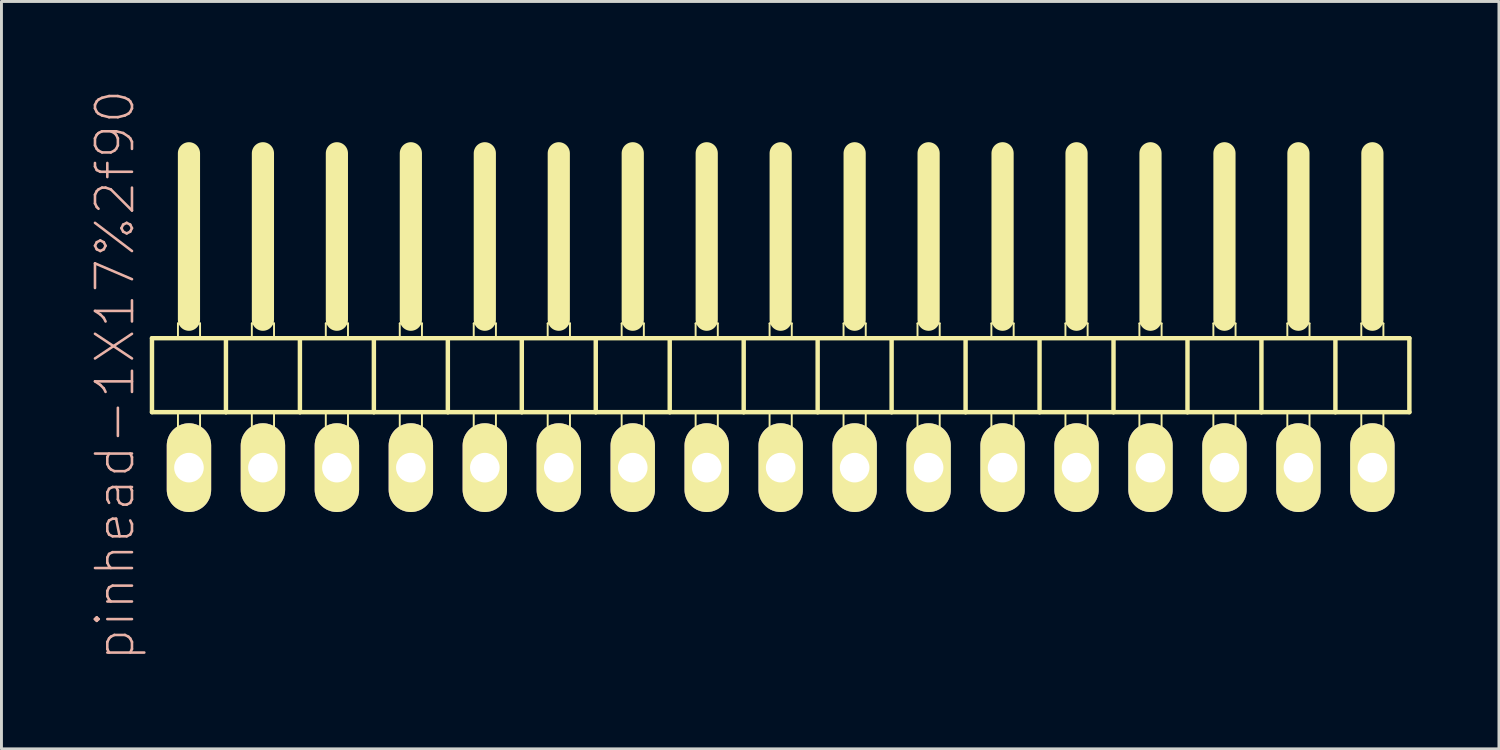
<source format=kicad_pcb>
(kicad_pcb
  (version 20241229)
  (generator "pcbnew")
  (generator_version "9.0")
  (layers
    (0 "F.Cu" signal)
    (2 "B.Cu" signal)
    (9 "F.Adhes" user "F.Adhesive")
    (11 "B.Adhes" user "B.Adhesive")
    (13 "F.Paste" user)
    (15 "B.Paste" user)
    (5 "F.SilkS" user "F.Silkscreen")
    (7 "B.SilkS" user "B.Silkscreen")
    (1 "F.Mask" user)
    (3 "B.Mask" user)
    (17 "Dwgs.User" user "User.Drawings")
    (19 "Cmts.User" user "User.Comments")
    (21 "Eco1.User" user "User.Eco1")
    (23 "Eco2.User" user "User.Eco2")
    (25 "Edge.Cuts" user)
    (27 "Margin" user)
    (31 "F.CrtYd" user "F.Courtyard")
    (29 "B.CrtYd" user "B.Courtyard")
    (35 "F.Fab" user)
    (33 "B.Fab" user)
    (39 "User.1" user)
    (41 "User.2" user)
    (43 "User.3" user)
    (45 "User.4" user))
  (footprint "pinhead-1X17%2f90"
    (layer "F.Cu")
    (at 23.759 9.199)
    (property "Reference" "pinhead-1X17%2f90" (at -22.86 0.635 90) (layer "B.SilkS") (effects (font (size 1.27 1.27) (thickness 0.089))))
    (attr exclude_from_pos_files exclude_from_bom)
    (fp_line (start -21.59 -0.635) (end -21.59 1.905) (stroke (width 0.152) (type solid)) (layer "F.SilkS"))
    (fp_line (start -21.59 1.905) (end -19.05 1.905) (stroke (width 0.152) (type solid)) (layer "F.SilkS"))
    (fp_line (start -20.698 -1.143) (end -19.939 -1.143) (stroke (width 0.066) (type solid)) (layer "F.SilkS"))
    (fp_line (start -20.698 -0.635) (end -20.698 -1.143) (stroke (width 0.066) (type solid)) (layer "F.SilkS"))
    (fp_line (start -20.698 -0.635) (end -19.939 -0.635) (stroke (width 0.066) (type solid)) (layer "F.SilkS"))
    (fp_line (start -20.698 1.905) (end -19.939 1.905) (stroke (width 0.066) (type solid)) (layer "F.SilkS"))
    (fp_line (start -20.698 2.921) (end -20.698 1.905) (stroke (width 0.066) (type solid)) (layer "F.SilkS"))
    (fp_line (start -20.698 2.921) (end -19.939 2.921) (stroke (width 0.066) (type solid)) (layer "F.SilkS"))
    (fp_line (start -20.32 -6.985) (end -20.32 -1.27) (stroke (width 0.762) (type solid)) (layer "F.SilkS"))
    (fp_line (start -19.939 -0.635) (end -19.939 -1.143) (stroke (width 0.066) (type solid)) (layer "F.SilkS"))
    (fp_line (start -19.939 2.921) (end -19.939 1.905) (stroke (width 0.066) (type solid)) (layer "F.SilkS"))
    (fp_line (start -19.05 -0.635) (end -21.59 -0.635) (stroke (width 0.152) (type solid)) (layer "F.SilkS"))
    (fp_line (start -19.05 1.905) (end -19.05 -0.635) (stroke (width 0.152) (type solid)) (layer "F.SilkS"))
    (fp_line (start -19.05 1.905) (end -16.51 1.905) (stroke (width 0.152) (type solid)) (layer "F.SilkS"))
    (fp_line (start -18.161 -1.143) (end -17.399 -1.143) (stroke (width 0.066) (type solid)) (layer "F.SilkS"))
    (fp_line (start -18.161 -0.635) (end -18.161 -1.143) (stroke (width 0.066) (type solid)) (layer "F.SilkS"))
    (fp_line (start -18.161 -0.635) (end -17.399 -0.635) (stroke (width 0.066) (type solid)) (layer "F.SilkS"))
    (fp_line (start -18.161 1.905) (end -17.399 1.905) (stroke (width 0.066) (type solid)) (layer "F.SilkS"))
    (fp_line (start -18.161 2.921) (end -18.161 1.905) (stroke (width 0.066) (type solid)) (layer "F.SilkS"))
    (fp_line (start -18.161 2.921) (end -17.399 2.921) (stroke (width 0.066) (type solid)) (layer "F.SilkS"))
    (fp_line (start -17.78 -6.985) (end -17.78 -1.27) (stroke (width 0.762) (type solid)) (layer "F.SilkS"))
    (fp_line (start -17.399 -0.635) (end -17.399 -1.143) (stroke (width 0.066) (type solid)) (layer "F.SilkS"))
    (fp_line (start -17.399 2.921) (end -17.399 1.905) (stroke (width 0.066) (type solid)) (layer "F.SilkS"))
    (fp_line (start -16.51 -0.635) (end -19.05 -0.635) (stroke (width 0.152) (type solid)) (layer "F.SilkS"))
    (fp_line (start -16.51 1.905) (end -16.51 -0.635) (stroke (width 0.152) (type solid)) (layer "F.SilkS"))
    (fp_line (start -16.51 1.905) (end -13.97 1.905) (stroke (width 0.152) (type solid)) (layer "F.SilkS"))
    (fp_line (start -15.621 -1.143) (end -14.859 -1.143) (stroke (width 0.066) (type solid)) (layer "F.SilkS"))
    (fp_line (start -15.621 -0.635) (end -15.621 -1.143) (stroke (width 0.066) (type solid)) (layer "F.SilkS"))
    (fp_line (start -15.621 -0.635) (end -14.859 -0.635) (stroke (width 0.066) (type solid)) (layer "F.SilkS"))
    (fp_line (start -15.621 1.905) (end -14.859 1.905) (stroke (width 0.066) (type solid)) (layer "F.SilkS"))
    (fp_line (start -15.621 2.921) (end -15.621 1.905) (stroke (width 0.066) (type solid)) (layer "F.SilkS"))
    (fp_line (start -15.621 2.921) (end -14.859 2.921) (stroke (width 0.066) (type solid)) (layer "F.SilkS"))
    (fp_line (start -15.24 -6.985) (end -15.24 -1.27) (stroke (width 0.762) (type solid)) (layer "F.SilkS"))
    (fp_line (start -14.859 -0.635) (end -14.859 -1.143) (stroke (width 0.066) (type solid)) (layer "F.SilkS"))
    (fp_line (start -14.859 2.921) (end -14.859 1.905) (stroke (width 0.066) (type solid)) (layer "F.SilkS"))
    (fp_line (start -13.97 -0.635) (end -16.51 -0.635) (stroke (width 0.152) (type solid)) (layer "F.SilkS"))
    (fp_line (start -13.97 1.905) (end -13.97 -0.635) (stroke (width 0.152) (type solid)) (layer "F.SilkS"))
    (fp_line (start -13.97 1.905) (end -11.43 1.905) (stroke (width 0.152) (type solid)) (layer "F.SilkS"))
    (fp_line (start -13.081 -1.143) (end -12.319 -1.143) (stroke (width 0.066) (type solid)) (layer "F.SilkS"))
    (fp_line (start -13.081 -0.635) (end -13.081 -1.143) (stroke (width 0.066) (type solid)) (layer "F.SilkS"))
    (fp_line (start -13.081 -0.635) (end -12.319 -0.635) (stroke (width 0.066) (type solid)) (layer "F.SilkS"))
    (fp_line (start -13.081 1.905) (end -12.319 1.905) (stroke (width 0.066) (type solid)) (layer "F.SilkS"))
    (fp_line (start -13.081 2.921) (end -13.081 1.905) (stroke (width 0.066) (type solid)) (layer "F.SilkS"))
    (fp_line (start -13.081 2.921) (end -12.319 2.921) (stroke (width 0.066) (type solid)) (layer "F.SilkS"))
    (fp_line (start -12.7 -6.985) (end -12.7 -1.27) (stroke (width 0.762) (type solid)) (layer "F.SilkS"))
    (fp_line (start -12.319 -0.635) (end -12.319 -1.143) (stroke (width 0.066) (type solid)) (layer "F.SilkS"))
    (fp_line (start -12.319 2.921) (end -12.319 1.905) (stroke (width 0.066) (type solid)) (layer "F.SilkS"))
    (fp_line (start -11.43 -0.635) (end -13.97 -0.635) (stroke (width 0.152) (type solid)) (layer "F.SilkS"))
    (fp_line (start -11.43 1.905) (end -11.43 -0.635) (stroke (width 0.152) (type solid)) (layer "F.SilkS"))
    (fp_line (start -11.43 1.905) (end -8.89 1.905) (stroke (width 0.152) (type solid)) (layer "F.SilkS"))
    (fp_line (start -10.541 -1.143) (end -9.779 -1.143) (stroke (width 0.066) (type solid)) (layer "F.SilkS"))
    (fp_line (start -10.541 -0.635) (end -10.541 -1.143) (stroke (width 0.066) (type solid)) (layer "F.SilkS"))
    (fp_line (start -10.541 -0.635) (end -9.779 -0.635) (stroke (width 0.066) (type solid)) (layer "F.SilkS"))
    (fp_line (start -10.541 1.905) (end -9.779 1.905) (stroke (width 0.066) (type solid)) (layer "F.SilkS"))
    (fp_line (start -10.541 2.921) (end -10.541 1.905) (stroke (width 0.066) (type solid)) (layer "F.SilkS"))
    (fp_line (start -10.541 2.921) (end -9.779 2.921) (stroke (width 0.066) (type solid)) (layer "F.SilkS"))
    (fp_line (start -10.16 -6.985) (end -10.16 -1.27) (stroke (width 0.762) (type solid)) (layer "F.SilkS"))
    (fp_line (start -9.779 -0.635) (end -9.779 -1.143) (stroke (width 0.066) (type solid)) (layer "F.SilkS"))
    (fp_line (start -9.779 2.921) (end -9.779 1.905) (stroke (width 0.066) (type solid)) (layer "F.SilkS"))
    (fp_line (start -8.89 -0.635) (end -11.43 -0.635) (stroke (width 0.152) (type solid)) (layer "F.SilkS"))
    (fp_line (start -8.89 1.905) (end -8.89 -0.635) (stroke (width 0.152) (type solid)) (layer "F.SilkS"))
    (fp_line (start -8.89 1.905) (end -6.35 1.905) (stroke (width 0.152) (type solid)) (layer "F.SilkS"))
    (fp_line (start -8.001 -1.143) (end -7.236 -1.143) (stroke (width 0.066) (type solid)) (layer "F.SilkS"))
    (fp_line (start -8.001 -0.635) (end -8.001 -1.143) (stroke (width 0.066) (type solid)) (layer "F.SilkS"))
    (fp_line (start -8.001 -0.635) (end -7.236 -0.635) (stroke (width 0.066) (type solid)) (layer "F.SilkS"))
    (fp_line (start -8.001 1.905) (end -7.236 1.905) (stroke (width 0.066) (type solid)) (layer "F.SilkS"))
    (fp_line (start -8.001 2.921) (end -8.001 1.905) (stroke (width 0.066) (type solid)) (layer "F.SilkS"))
    (fp_line (start -8.001 2.921) (end -7.236 2.921) (stroke (width 0.066) (type solid)) (layer "F.SilkS"))
    (fp_line (start -7.62 -6.985) (end -7.62 -1.27) (stroke (width 0.762) (type solid)) (layer "F.SilkS"))
    (fp_line (start -7.236 -0.635) (end -7.236 -1.143) (stroke (width 0.066) (type solid)) (layer "F.SilkS"))
    (fp_line (start -7.236 2.921) (end -7.236 1.905) (stroke (width 0.066) (type solid)) (layer "F.SilkS"))
    (fp_line (start -6.35 -0.635) (end -8.89 -0.635) (stroke (width 0.152) (type solid)) (layer "F.SilkS"))
    (fp_line (start -6.35 1.905) (end -6.35 -0.635) (stroke (width 0.152) (type solid)) (layer "F.SilkS"))
    (fp_line (start -6.35 1.905) (end -3.81 1.905) (stroke (width 0.152) (type solid)) (layer "F.SilkS"))
    (fp_line (start -5.461 -1.143) (end -4.699 -1.143) (stroke (width 0.066) (type solid)) (layer "F.SilkS"))
    (fp_line (start -5.461 -0.635) (end -5.461 -1.143) (stroke (width 0.066) (type solid)) (layer "F.SilkS"))
    (fp_line (start -5.461 -0.635) (end -4.699 -0.635) (stroke (width 0.066) (type solid)) (layer "F.SilkS"))
    (fp_line (start -5.461 1.905) (end -4.699 1.905) (stroke (width 0.066) (type solid)) (layer "F.SilkS"))
    (fp_line (start -5.461 2.921) (end -5.461 1.905) (stroke (width 0.066) (type solid)) (layer "F.SilkS"))
    (fp_line (start -5.461 2.921) (end -4.699 2.921) (stroke (width 0.066) (type solid)) (layer "F.SilkS"))
    (fp_line (start -5.08 -6.985) (end -5.08 -1.27) (stroke (width 0.762) (type solid)) (layer "F.SilkS"))
    (fp_line (start -4.699 -0.635) (end -4.699 -1.143) (stroke (width 0.066) (type solid)) (layer "F.SilkS"))
    (fp_line (start -4.699 2.921) (end -4.699 1.905) (stroke (width 0.066) (type solid)) (layer "F.SilkS"))
    (fp_line (start -3.81 -0.635) (end -6.35 -0.635) (stroke (width 0.152) (type solid)) (layer "F.SilkS"))
    (fp_line (start -3.81 1.905) (end -3.81 -0.635) (stroke (width 0.152) (type solid)) (layer "F.SilkS"))
    (fp_line (start -3.81 1.905) (end -1.27 1.905) (stroke (width 0.152) (type solid)) (layer "F.SilkS"))
    (fp_line (start -2.921 -1.143) (end -2.159 -1.143) (stroke (width 0.066) (type solid)) (layer "F.SilkS"))
    (fp_line (start -2.921 -0.635) (end -2.921 -1.143) (stroke (width 0.066) (type solid)) (layer "F.SilkS"))
    (fp_line (start -2.921 -0.635) (end -2.159 -0.635) (stroke (width 0.066) (type solid)) (layer "F.SilkS"))
    (fp_line (start -2.921 1.905) (end -2.159 1.905) (stroke (width 0.066) (type solid)) (layer "F.SilkS"))
    (fp_line (start -2.921 2.921) (end -2.921 1.905) (stroke (width 0.066) (type solid)) (layer "F.SilkS"))
    (fp_line (start -2.921 2.921) (end -2.159 2.921) (stroke (width 0.066) (type solid)) (layer "F.SilkS"))
    (fp_line (start -2.54 -6.985) (end -2.54 -1.27) (stroke (width 0.762) (type solid)) (layer "F.SilkS"))
    (fp_line (start -2.159 -0.635) (end -2.159 -1.143) (stroke (width 0.066) (type solid)) (layer "F.SilkS"))
    (fp_line (start -2.159 2.921) (end -2.159 1.905) (stroke (width 0.066) (type solid)) (layer "F.SilkS"))
    (fp_line (start -1.27 -0.635) (end -3.81 -0.635) (stroke (width 0.152) (type solid)) (layer "F.SilkS"))
    (fp_line (start -1.27 1.905) (end -1.27 -0.635) (stroke (width 0.152) (type solid)) (layer "F.SilkS"))
    (fp_line (start -1.27 1.905) (end 1.27 1.905) (stroke (width 0.152) (type solid)) (layer "F.SilkS"))
    (fp_line (start -0.381 -1.143) (end 0.381 -1.143) (stroke (width 0.066) (type solid)) (layer "F.SilkS"))
    (fp_line (start -0.381 -0.635) (end -0.381 -1.143) (stroke (width 0.066) (type solid)) (layer "F.SilkS"))
    (fp_line (start -0.381 -0.635) (end 0.381 -0.635) (stroke (width 0.066) (type solid)) (layer "F.SilkS"))
    (fp_line (start -0.381 1.905) (end 0.381 1.905) (stroke (width 0.066) (type solid)) (layer "F.SilkS"))
    (fp_line (start -0.381 2.921) (end -0.381 1.905) (stroke (width 0.066) (type solid)) (layer "F.SilkS"))
    (fp_line (start -0.381 2.921) (end 0.381 2.921) (stroke (width 0.066) (type solid)) (layer "F.SilkS"))
    (fp_line (start 0 -6.985) (end 0 -1.27) (stroke (width 0.762) (type solid)) (layer "F.SilkS"))
    (fp_line (start 0.381 -0.635) (end 0.381 -1.143) (stroke (width 0.066) (type solid)) (layer "F.SilkS"))
    (fp_line (start 0.381 2.921) (end 0.381 1.905) (stroke (width 0.066) (type solid)) (layer "F.SilkS"))
    (fp_line (start 1.27 -0.635) (end -1.27 -0.635) (stroke (width 0.152) (type solid)) (layer "F.SilkS"))
    (fp_line (start 1.27 1.905) (end 1.27 -0.635) (stroke (width 0.152) (type solid)) (layer "F.SilkS"))
    (fp_line (start 1.27 1.905) (end 3.81 1.905) (stroke (width 0.152) (type solid)) (layer "F.SilkS"))
    (fp_line (start 2.159 -1.143) (end 2.921 -1.143) (stroke (width 0.066) (type solid)) (layer "F.SilkS"))
    (fp_line (start 2.159 -0.635) (end 2.159 -1.143) (stroke (width 0.066) (type solid)) (layer "F.SilkS"))
    (fp_line (start 2.159 -0.635) (end 2.921 -0.635) (stroke (width 0.066) (type solid)) (layer "F.SilkS"))
    (fp_line (start 2.159 1.905) (end 2.921 1.905) (stroke (width 0.066) (type solid)) (layer "F.SilkS"))
    (fp_line (start 2.159 2.921) (end 2.159 1.905) (stroke (width 0.066) (type solid)) (layer "F.SilkS"))
    (fp_line (start 2.159 2.921) (end 2.921 2.921) (stroke (width 0.066) (type solid)) (layer "F.SilkS"))
    (fp_line (start 2.54 -6.985) (end 2.54 -1.27) (stroke (width 0.762) (type solid)) (layer "F.SilkS"))
    (fp_line (start 2.921 -0.635) (end 2.921 -1.143) (stroke (width 0.066) (type solid)) (layer "F.SilkS"))
    (fp_line (start 2.921 2.921) (end 2.921 1.905) (stroke (width 0.066) (type solid)) (layer "F.SilkS"))
    (fp_line (start 3.81 -0.635) (end 1.27 -0.635) (stroke (width 0.152) (type solid)) (layer "F.SilkS"))
    (fp_line (start 3.81 1.905) (end 3.81 -0.635) (stroke (width 0.152) (type solid)) (layer "F.SilkS"))
    (fp_line (start 3.81 1.905) (end 6.35 1.905) (stroke (width 0.152) (type solid)) (layer "F.SilkS"))
    (fp_line (start 4.699 -1.143) (end 5.461 -1.143) (stroke (width 0.066) (type solid)) (layer "F.SilkS"))
    (fp_line (start 4.699 -0.635) (end 4.699 -1.143) (stroke (width 0.066) (type solid)) (layer "F.SilkS"))
    (fp_line (start 4.699 -0.635) (end 5.461 -0.635) (stroke (width 0.066) (type solid)) (layer "F.SilkS"))
    (fp_line (start 4.699 1.905) (end 5.461 1.905) (stroke (width 0.066) (type solid)) (layer "F.SilkS"))
    (fp_line (start 4.699 2.921) (end 4.699 1.905) (stroke (width 0.066) (type solid)) (layer "F.SilkS"))
    (fp_line (start 4.699 2.921) (end 5.461 2.921) (stroke (width 0.066) (type solid)) (layer "F.SilkS"))
    (fp_line (start 5.08 -6.985) (end 5.08 -1.27) (stroke (width 0.762) (type solid)) (layer "F.SilkS"))
    (fp_line (start 5.461 -0.635) (end 5.461 -1.143) (stroke (width 0.066) (type solid)) (layer "F.SilkS"))
    (fp_line (start 5.461 2.921) (end 5.461 1.905) (stroke (width 0.066) (type solid)) (layer "F.SilkS"))
    (fp_line (start 6.35 -0.635) (end 3.81 -0.635) (stroke (width 0.152) (type solid)) (layer "F.SilkS"))
    (fp_line (start 6.35 1.905) (end 6.35 -0.635) (stroke (width 0.152) (type solid)) (layer "F.SilkS"))
    (fp_line (start 6.35 1.905) (end 8.89 1.905) (stroke (width 0.152) (type solid)) (layer "F.SilkS"))
    (fp_line (start 7.236 -1.143) (end 8.001 -1.143) (stroke (width 0.066) (type solid)) (layer "F.SilkS"))
    (fp_line (start 7.236 -0.635) (end 7.236 -1.143) (stroke (width 0.066) (type solid)) (layer "F.SilkS"))
    (fp_line (start 7.236 -0.635) (end 8.001 -0.635) (stroke (width 0.066) (type solid)) (layer "F.SilkS"))
    (fp_line (start 7.236 1.905) (end 8.001 1.905) (stroke (width 0.066) (type solid)) (layer "F.SilkS"))
    (fp_line (start 7.236 2.921) (end 7.236 1.905) (stroke (width 0.066) (type solid)) (layer "F.SilkS"))
    (fp_line (start 7.236 2.921) (end 8.001 2.921) (stroke (width 0.066) (type solid)) (layer "F.SilkS"))
    (fp_line (start 7.62 -6.985) (end 7.62 -1.27) (stroke (width 0.762) (type solid)) (layer "F.SilkS"))
    (fp_line (start 8.001 -0.635) (end 8.001 -1.143) (stroke (width 0.066) (type solid)) (layer "F.SilkS"))
    (fp_line (start 8.001 2.921) (end 8.001 1.905) (stroke (width 0.066) (type solid)) (layer "F.SilkS"))
    (fp_line (start 8.89 -0.635) (end 6.35 -0.635) (stroke (width 0.152) (type solid)) (layer "F.SilkS"))
    (fp_line (start 8.89 1.905) (end 8.89 -0.635) (stroke (width 0.152) (type solid)) (layer "F.SilkS"))
    (fp_line (start 8.89 1.905) (end 11.43 1.905) (stroke (width 0.152) (type solid)) (layer "F.SilkS"))
    (fp_line (start 9.779 -1.143) (end 10.541 -1.143) (stroke (width 0.066) (type solid)) (layer "F.SilkS"))
    (fp_line (start 9.779 -0.635) (end 9.779 -1.143) (stroke (width 0.066) (type solid)) (layer "F.SilkS"))
    (fp_line (start 9.779 -0.635) (end 10.541 -0.635) (stroke (width 0.066) (type solid)) (layer "F.SilkS"))
    (fp_line (start 9.779 1.905) (end 10.541 1.905) (stroke (width 0.066) (type solid)) (layer "F.SilkS"))
    (fp_line (start 9.779 2.921) (end 9.779 1.905) (stroke (width 0.066) (type solid)) (layer "F.SilkS"))
    (fp_line (start 9.779 2.921) (end 10.541 2.921) (stroke (width 0.066) (type solid)) (layer "F.SilkS"))
    (fp_line (start 10.16 -6.985) (end 10.16 -1.27) (stroke (width 0.762) (type solid)) (layer "F.SilkS"))
    (fp_line (start 10.541 -0.635) (end 10.541 -1.143) (stroke (width 0.066) (type solid)) (layer "F.SilkS"))
    (fp_line (start 10.541 2.921) (end 10.541 1.905) (stroke (width 0.066) (type solid)) (layer "F.SilkS"))
    (fp_line (start 11.43 -0.635) (end 8.89 -0.635) (stroke (width 0.152) (type solid)) (layer "F.SilkS"))
    (fp_line (start 11.43 1.905) (end 11.43 -0.635) (stroke (width 0.152) (type solid)) (layer "F.SilkS"))
    (fp_line (start 11.43 1.905) (end 13.97 1.905) (stroke (width 0.152) (type solid)) (layer "F.SilkS"))
    (fp_line (start 12.319 -1.143) (end 13.081 -1.143) (stroke (width 0.066) (type solid)) (layer "F.SilkS"))
    (fp_line (start 12.319 -0.635) (end 12.319 -1.143) (stroke (width 0.066) (type solid)) (layer "F.SilkS"))
    (fp_line (start 12.319 -0.635) (end 13.081 -0.635) (stroke (width 0.066) (type solid)) (layer "F.SilkS"))
    (fp_line (start 12.319 1.905) (end 13.081 1.905) (stroke (width 0.066) (type solid)) (layer "F.SilkS"))
    (fp_line (start 12.319 2.921) (end 12.319 1.905) (stroke (width 0.066) (type solid)) (layer "F.SilkS"))
    (fp_line (start 12.319 2.921) (end 13.081 2.921) (stroke (width 0.066) (type solid)) (layer "F.SilkS"))
    (fp_line (start 12.7 -6.985) (end 12.7 -1.27) (stroke (width 0.762) (type solid)) (layer "F.SilkS"))
    (fp_line (start 13.081 -0.635) (end 13.081 -1.143) (stroke (width 0.066) (type solid)) (layer "F.SilkS"))
    (fp_line (start 13.081 2.921) (end 13.081 1.905) (stroke (width 0.066) (type solid)) (layer "F.SilkS"))
    (fp_line (start 13.97 -0.635) (end 11.43 -0.635) (stroke (width 0.152) (type solid)) (layer "F.SilkS"))
    (fp_line (start 13.97 1.905) (end 13.97 -0.635) (stroke (width 0.152) (type solid)) (layer "F.SilkS"))
    (fp_line (start 13.97 1.905) (end 16.51 1.905) (stroke (width 0.152) (type solid)) (layer "F.SilkS"))
    (fp_line (start 14.859 -1.143) (end 15.621 -1.143) (stroke (width 0.066) (type solid)) (layer "F.SilkS"))
    (fp_line (start 14.859 -0.635) (end 14.859 -1.143) (stroke (width 0.066) (type solid)) (layer "F.SilkS"))
    (fp_line (start 14.859 -0.635) (end 15.621 -0.635) (stroke (width 0.066) (type solid)) (layer "F.SilkS"))
    (fp_line (start 14.859 1.905) (end 15.621 1.905) (stroke (width 0.066) (type solid)) (layer "F.SilkS"))
    (fp_line (start 14.859 2.921) (end 14.859 1.905) (stroke (width 0.066) (type solid)) (layer "F.SilkS"))
    (fp_line (start 14.859 2.921) (end 15.621 2.921) (stroke (width 0.066) (type solid)) (layer "F.SilkS"))
    (fp_line (start 15.24 -6.985) (end 15.24 -1.27) (stroke (width 0.762) (type solid)) (layer "F.SilkS"))
    (fp_line (start 15.621 -0.635) (end 15.621 -1.143) (stroke (width 0.066) (type solid)) (layer "F.SilkS"))
    (fp_line (start 15.621 2.921) (end 15.621 1.905) (stroke (width 0.066) (type solid)) (layer "F.SilkS"))
    (fp_line (start 16.51 -0.635) (end 13.97 -0.635) (stroke (width 0.152) (type solid)) (layer "F.SilkS"))
    (fp_line (start 16.51 1.905) (end 16.51 -0.635) (stroke (width 0.152) (type solid)) (layer "F.SilkS"))
    (fp_line (start 16.51 1.905) (end 19.05 1.905) (stroke (width 0.152) (type solid)) (layer "F.SilkS"))
    (fp_line (start 17.399 -1.143) (end 18.161 -1.143) (stroke (width 0.066) (type solid)) (layer "F.SilkS"))
    (fp_line (start 17.399 -0.635) (end 17.399 -1.143) (stroke (width 0.066) (type solid)) (layer "F.SilkS"))
    (fp_line (start 17.399 -0.635) (end 18.161 -0.635) (stroke (width 0.066) (type solid)) (layer "F.SilkS"))
    (fp_line (start 17.399 1.905) (end 18.161 1.905) (stroke (width 0.066) (type solid)) (layer "F.SilkS"))
    (fp_line (start 17.399 2.921) (end 17.399 1.905) (stroke (width 0.066) (type solid)) (layer "F.SilkS"))
    (fp_line (start 17.399 2.921) (end 18.161 2.921) (stroke (width 0.066) (type solid)) (layer "F.SilkS"))
    (fp_line (start 17.78 -6.985) (end 17.78 -1.27) (stroke (width 0.762) (type solid)) (layer "F.SilkS"))
    (fp_line (start 18.161 -0.635) (end 18.161 -1.143) (stroke (width 0.066) (type solid)) (layer "F.SilkS"))
    (fp_line (start 18.161 2.921) (end 18.161 1.905) (stroke (width 0.066) (type solid)) (layer "F.SilkS"))
    (fp_line (start 19.05 -0.635) (end 16.51 -0.635) (stroke (width 0.152) (type solid)) (layer "F.SilkS"))
    (fp_line (start 19.05 1.905) (end 19.05 -0.635) (stroke (width 0.152) (type solid)) (layer "F.SilkS"))
    (fp_line (start 19.05 1.905) (end 21.59 1.905) (stroke (width 0.152) (type solid)) (layer "F.SilkS"))
    (fp_line (start 19.939 -1.143) (end 20.698 -1.143) (stroke (width 0.066) (type solid)) (layer "F.SilkS"))
    (fp_line (start 19.939 -0.635) (end 19.939 -1.143) (stroke (width 0.066) (type solid)) (layer "F.SilkS"))
    (fp_line (start 19.939 -0.635) (end 20.698 -0.635) (stroke (width 0.066) (type solid)) (layer "F.SilkS"))
    (fp_line (start 19.939 1.905) (end 20.698 1.905) (stroke (width 0.066) (type solid)) (layer "F.SilkS"))
    (fp_line (start 19.939 2.921) (end 19.939 1.905) (stroke (width 0.066) (type solid)) (layer "F.SilkS"))
    (fp_line (start 19.939 2.921) (end 20.698 2.921) (stroke (width 0.066) (type solid)) (layer "F.SilkS"))
    (fp_line (start 20.32 -6.985) (end 20.32 -1.27) (stroke (width 0.762) (type solid)) (layer "F.SilkS"))
    (fp_line (start 20.698 -0.635) (end 20.698 -1.143) (stroke (width 0.066) (type solid)) (layer "F.SilkS"))
    (fp_line (start 20.698 2.921) (end 20.698 1.905) (stroke (width 0.066) (type solid)) (layer "F.SilkS"))
    (fp_line (start 21.59 -0.635) (end 19.05 -0.635) (stroke (width 0.152) (type solid)) (layer "F.SilkS"))
    (fp_line (start 21.59 1.905) (end 21.59 -0.635) (stroke (width 0.152) (type solid)) (layer "F.SilkS"))
    (pad "1" thru_hole oval (at -20.32 3.81) (size 1.524 3.048) (drill 1.016) (layers "*.Cu" "F.Mask" "F.SilkS" "F.Paste"))
    (pad "2" thru_hole oval (at -17.78 3.81) (size 1.524 3.048) (drill 1.016) (layers "*.Cu" "F.Mask" "F.SilkS" "F.Paste"))
    (pad "3" thru_hole oval (at -15.24 3.81) (size 1.524 3.048) (drill 1.016) (layers "*.Cu" "F.Mask" "F.SilkS" "F.Paste"))
    (pad "4" thru_hole oval (at -12.7 3.81) (size 1.524 3.048) (drill 1.016) (layers "*.Cu" "F.Mask" "F.SilkS" "F.Paste"))
    (pad "5" thru_hole oval (at -10.16 3.81) (size 1.524 3.048) (drill 1.016) (layers "*.Cu" "F.Mask" "F.SilkS" "F.Paste"))
    (pad "6" thru_hole oval (at -7.62 3.81) (size 1.524 3.048) (drill 1.016) (layers "*.Cu" "F.Mask" "F.SilkS" "F.Paste"))
    (pad "7" thru_hole oval (at -5.08 3.81) (size 1.524 3.048) (drill 1.016) (layers "*.Cu" "F.Mask" "F.SilkS" "F.Paste"))
    (pad "8" thru_hole oval (at -2.54 3.81) (size 1.524 3.048) (drill 1.016) (layers "*.Cu" "F.Mask" "F.SilkS" "F.Paste"))
    (pad "9" thru_hole oval (at 0 3.81) (size 1.524 3.048) (drill 1.016) (layers "*.Cu" "F.Mask" "F.SilkS" "F.Paste"))
    (pad "10" thru_hole oval (at 2.54 3.81) (size 1.524 3.048) (drill 1.016) (layers "*.Cu" "F.Mask" "F.SilkS" "F.Paste"))
    (pad "11" thru_hole oval (at 5.08 3.81) (size 1.524 3.048) (drill 1.016) (layers "*.Cu" "F.Mask" "F.SilkS" "F.Paste"))
    (pad "12" thru_hole oval (at 7.62 3.81) (size 1.524 3.048) (drill 1.016) (layers "*.Cu" "F.Mask" "F.SilkS" "F.Paste"))
    (pad "13" thru_hole oval (at 10.16 3.81) (size 1.524 3.048) (drill 1.016) (layers "*.Cu" "F.Mask" "F.SilkS" "F.Paste"))
    (pad "14" thru_hole oval (at 12.7 3.81) (size 1.524 3.048) (drill 1.016) (layers "*.Cu" "F.Mask" "F.SilkS" "F.Paste"))
    (pad "15" thru_hole oval (at 15.24 3.81) (size 1.524 3.048) (drill 1.016) (layers "*.Cu" "F.Mask" "F.SilkS" "F.Paste"))
    (pad "16" thru_hole oval (at 17.78 3.81) (size 1.524 3.048) (drill 1.016) (layers "*.Cu" "F.Mask" "F.SilkS" "F.Paste"))
    (pad "17" thru_hole oval (at 20.32 3.81) (size 1.524 3.048) (drill 1.016) (layers "*.Cu" "F.Mask" "F.SilkS" "F.Paste")))
  (gr_rect
    (start -3 -3)
    (end 48.425 22.667)
    (stroke (width 0.1) (type default))
    (fill no)
    (layer "Edge.Cuts")))
</source>
